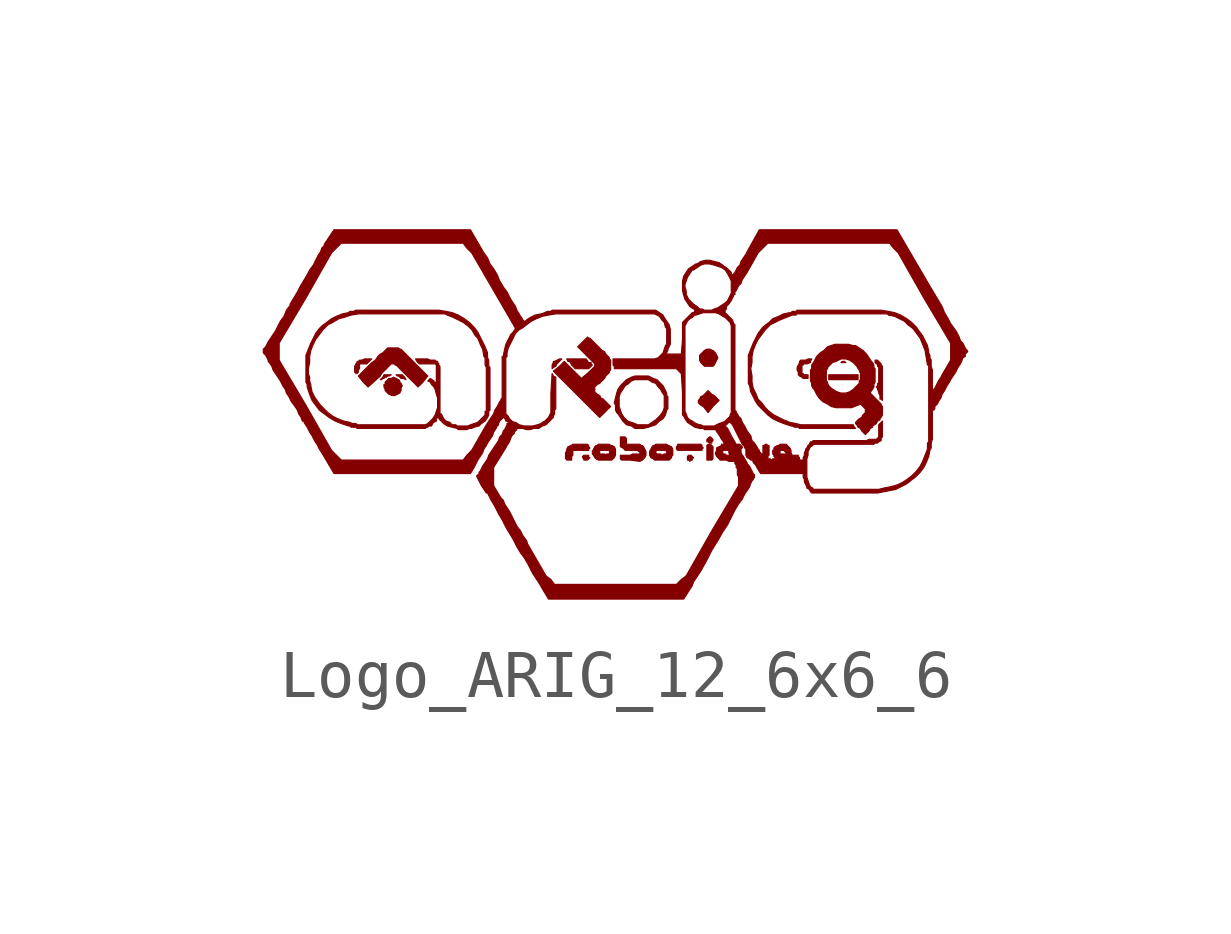
<source format=kicad_sym>
(kicad_symbol_lib
  (version 20211014)
  (generator kicad_symbol_editor)
  (symbol "Logo_ARIG_12_6x6_6"
    (pin_names
      (offset 1.016))
    (property "Reference" "#G"
      (at 0 5.08 0)
      (effects (font (size 1.524 1.524)) hide))
    (symbol "Logo_ARIG_12_6x6_6_0_0"
      (polyline (pts (xy 4.775 1.092) (xy 4.724 1.092) (xy 4.699 1.067) (xy 4.801 1.067) (xy 4.775 1.092)) (stroke (width 0.025) (type default) (color 0 0 0 0)) (fill (type outline)))
      (polyline (pts (xy 5.055 0.813) (xy 4.445 0.813) (xy 4.445 0.711) (xy 5.055 0.711) (xy 5.055 0.813)) (stroke (width 0.025) (type default) (color 0 0 0 0)) (fill (type outline)))
      (polyline (pts (xy 2.032 -0.94) (xy 2.032 -0.686) (xy 1.981 -0.635) (xy 1.93 -0.635) (xy 1.905 -0.66) (xy 1.905 -0.965) (xy 2.007 -0.965) (xy 2.032 -0.94)) (stroke (width 0.025) (type default) (color 0 0 0 0)) (fill (type outline)))
      (polyline (pts (xy -4.394 0.762) (xy -4.445 0.813) (xy -4.572 0.813) (xy -4.547 0.787) (xy -4.521 0.787) (xy -4.47 0.737) (xy -4.42 0.737) (xy -4.369 0.711) (xy -4.394 0.762)) (stroke (width 0.025) (type default) (color 0 0 0 0)) (fill (type outline)))
      (polyline (pts (xy -0.533 -0.914) (xy -0.559 -0.914) (xy -0.559 -0.864) (xy -0.66 -0.864) (xy -0.686 -0.889) (xy -0.686 -0.914) (xy -0.66 -0.94) (xy -0.66 -0.965) (xy -0.584 -0.965) (xy -0.533 -0.914)) (stroke (width 0.025) (type default) (color 0 0 0 0)) (fill (type outline)))
      (polyline (pts (xy -1.295 0.965) (xy -1.245 0.991) (xy -1.219 1.041) (xy -1.118 1.143) (xy -1.168 1.143) (xy -1.27 1.092) (xy -1.295 1.092) (xy -1.295 1.067) (xy -1.321 1.016) (xy -1.321 0.94) (xy -1.295 0.965)) (stroke (width 0.025) (type default) (color 0 0 0 0)) (fill (type outline)))
      (polyline (pts (xy 1.575 -0.965) (xy 1.6 -0.965) (xy 1.6 -0.94) (xy 1.626 -0.914) (xy 1.575 -0.864) (xy 1.524 -0.864) (xy 1.499 -0.889) (xy 1.499 -0.965) (xy 1.524 -0.965) (xy 1.549 -0.991) (xy 1.575 -0.965)) (stroke (width 0.025) (type default) (color 0 0 0 0)) (fill (type outline)))
      (polyline (pts (xy 2.007 -0.584) (xy 2.032 -0.559) (xy 2.032 -0.533) (xy 1.981 -0.483) (xy 1.956 -0.483) (xy 1.905 -0.533) (xy 1.905 -0.584) (xy 1.93 -0.584) (xy 1.956 -0.61) (xy 2.007 -0.61) (xy 2.007 -0.584)) (stroke (width 0.025) (type default) (color 0 0 0 0)) (fill (type outline)))
      (polyline (pts (xy -4.851 0.737) (xy -4.826 0.737) (xy -4.801 0.762) (xy -4.775 0.762) (xy -4.75 0.787) (xy -4.724 0.787) (xy -4.674 0.813) (xy -4.826 0.813) (xy -4.851 0.762) (xy -4.902 0.711) (xy -4.877 0.711) (xy -4.851 0.737)) (stroke (width 0.025) (type default) (color 0 0 0 0)) (fill (type outline)))
      (polyline (pts (xy 1.803 -0.737) (xy 1.829 -0.711) (xy 1.803 -0.686) (xy 1.803 -0.66) (xy 1.778 -0.635) (xy 1.295 -0.635) (xy 1.295 -0.66) (xy 1.27 -0.686) (xy 1.27 -0.737) (xy 1.295 -0.762) (xy 1.803 -0.762) (xy 1.803 -0.737)) (stroke (width 0.025) (type default) (color 0 0 0 0)) (fill (type outline)))
      (polyline (pts (xy -0.483 1.016) (xy -0.508 1.041) (xy -0.508 1.067) (xy -0.559 1.067) (xy -0.61 1.143) (xy -1.016 1.143) (xy -0.991 1.092) (xy -0.965 1.092) (xy -0.94 1.067) (xy -0.914 1.016) (xy -0.838 0.94) (xy -0.559 0.94) (xy -0.483 1.016)) (stroke (width 0.025) (type default) (color 0 0 0 0)) (fill (type outline)))
      (polyline (pts (xy 2.032 0.152) (xy 2.159 0.279) (xy 2.057 0.381) (xy 2.007 0.406) (xy 1.93 0.483) (xy 1.829 0.381) (xy 1.778 0.356) (xy 1.753 0.305) (xy 1.727 0.279) (xy 1.727 0.229) (xy 1.778 0.178) (xy 1.829 0.152) (xy 1.93 0.025) (xy 2.032 0.152)) (stroke (width 0.025) (type default) (color 0 0 0 0)) (fill (type outline)))
      (polyline (pts (xy 2.057 1.016) (xy 2.134 1.168) (xy 2.083 1.27) (xy 2.032 1.321) (xy 2.007 1.321) (xy 1.981 1.346) (xy 1.905 1.346) (xy 1.854 1.321) (xy 1.753 1.219) (xy 1.753 1.118) (xy 1.778 1.067) (xy 1.854 0.991) (xy 2.032 0.991) (xy 2.057 1.016)) (stroke (width 0.025) (type default) (color 0 0 0 0)) (fill (type outline)))
      (polyline (pts (xy -5.385 0.864) (xy -5.359 0.864) (xy -5.359 0.914) (xy -5.334 0.94) (xy -5.334 1.041) (xy -5.182 1.041) (xy -5.08 1.143) (xy -5.232 1.143) (xy -5.283 1.118) (xy -5.334 1.118) (xy -5.359 1.092) (xy -5.385 1.092) (xy -5.385 1.067) (xy -5.41 1.041) (xy -5.436 0.991) (xy -5.436 0.864) (xy -5.41 0.864) (xy -5.41 0.838) (xy -5.385 0.838) (xy -5.385 0.864)) (stroke (width 0.025) (type default) (color 0 0 0 0)) (fill (type outline)))
      (polyline (pts (xy -4.496 0.432) (xy -4.47 0.483) (xy -4.47 0.533) (xy -4.445 0.584) (xy -4.47 0.635) (xy -4.496 0.66) (xy -4.496 0.686) (xy -4.521 0.711) (xy -4.623 0.762) (xy -4.674 0.737) (xy -4.724 0.737) (xy -4.801 0.66) (xy -4.801 0.61) (xy -4.826 0.61) (xy -4.826 0.559) (xy -4.801 0.508) (xy -4.801 0.483) (xy -4.724 0.406) (xy -4.699 0.406) (xy -4.674 0.381) (xy -4.597 0.381) (xy -4.496 0.432)) (stroke (width 0.025) (type default) (color 0 0 0 0)) (fill (type outline)))
      (polyline (pts (xy -4.013 0.66) (xy -3.912 0.787) (xy -4.47 1.346) (xy -4.496 1.346) (xy -4.521 1.372) (xy -4.75 1.372) (xy -4.851 1.27) (xy -4.902 1.245) (xy -4.953 1.194) (xy -5.004 1.118) (xy -5.08 1.067) (xy -5.359 0.787) (xy -5.258 0.66) (xy -5.156 0.559) (xy -4.902 0.787) (xy -4.877 0.838) (xy -4.674 1.041) (xy -4.597 1.041) (xy -4.597 1.016) (xy -4.572 1.016) (xy -4.115 0.559) (xy -4.013 0.66)) (stroke (width 0.025) (type default) (color 0 0 0 0)) (fill (type outline)))
      (polyline (pts (xy -0.914 -0.889) (xy -0.889 -0.864) (xy -0.889 -0.762) (xy -0.559 -0.762) (xy -0.559 -0.737) (xy -0.533 -0.711) (xy -0.559 -0.686) (xy -0.559 -0.66) (xy -0.584 -0.635) (xy -0.889 -0.635) (xy -0.914 -0.66) (xy -0.94 -0.66) (xy -0.965 -0.686) (xy -0.991 -0.686) (xy -1.016 -0.737) (xy -1.016 -0.762) (xy -1.041 -0.813) (xy -1.041 -0.94) (xy -1.016 -0.94) (xy -1.016 -0.965) (xy -0.914 -0.965) (xy -0.914 -0.889)) (stroke (width 0.025) (type default) (color 0 0 0 0)) (fill (type outline)))
      (polyline (pts (xy 5.563 0.991) (xy 5.537 1.016) (xy 5.537 1.041) (xy 5.461 1.118) (xy 5.41 1.118) (xy 5.41 1.067) (xy 5.436 1.041) (xy 5.461 1.041) (xy 5.461 0.991) (xy 5.486 0.965) (xy 5.486 0.635) (xy 5.461 0.635) (xy 5.461 0.584) (xy 5.436 0.559) (xy 5.461 0.533) (xy 5.461 0.508) (xy 5.486 0.457) (xy 5.486 0.432) (xy 5.512 0.381) (xy 5.512 0.305) (xy 5.537 0.305) (xy 5.563 0.279) (xy 5.563 0.991)) (stroke (width 0.025) (type default) (color 0 0 0 0)) (fill (type outline)))
      (polyline (pts (xy 4.013 0.813) (xy 3.912 0.813) (xy 3.912 0.838) (xy 3.886 0.838) (xy 3.886 1.016) (xy 3.912 1.016) (xy 3.912 1.041) (xy 3.988 1.041) (xy 4.064 1.067) (xy 4.064 1.092) (xy 4.089 1.143) (xy 4.013 1.143) (xy 3.962 1.118) (xy 3.861 1.118) (xy 3.835 1.092) (xy 3.835 1.067) (xy 3.785 0.965) (xy 3.785 0.914) (xy 3.81 0.864) (xy 3.81 0.813) (xy 3.835 0.787) (xy 3.886 0.762) (xy 3.912 0.737) (xy 4.013 0.737) (xy 4.013 0.813)) (stroke (width 0.025) (type default) (color 0 0 0 0)) (fill (type outline)))
      (polyline (pts (xy 0.559 -0.965) (xy 0.61 -0.914) (xy 0.635 -0.864) (xy 0.635 -0.787) (xy 0.584 -0.686) (xy 0.559 -0.66) (xy 0.533 -0.66) (xy 0.508 -0.635) (xy 0.229 -0.635) (xy 0.229 -0.508) (xy 0.203 -0.508) (xy 0.203 -0.483) (xy 0.102 -0.483) (xy 0.102 -0.686) (xy 0.152 -0.711) (xy 0.203 -0.762) (xy 0.457 -0.762) (xy 0.483 -0.787) (xy 0.508 -0.787) (xy 0.508 -0.838) (xy 0.356 -0.838) (xy 0.305 -0.864) (xy 0.102 -0.864) (xy 0.102 -0.94) (xy 0.127 -0.965) (xy 0.305 -0.965) (xy 0.508 -0.991) (xy 0.559 -0.965)) (stroke (width 0.025) (type default) (color 0 0 0 0)) (fill (type outline)))
      (polyline (pts (xy -0.025 -0.914) (xy 0 -0.864) (xy 0 -0.737) (xy -0.025 -0.686) (xy -0.076 -0.66) (xy -0.102 -0.66) (xy -0.127 -0.635) (xy -0.356 -0.635) (xy -0.381 -0.66) (xy -0.406 -0.66) (xy -0.432 -0.686) (xy -0.483 -0.787) (xy -0.483 -0.838) (xy -0.33 -0.838) (xy -0.33 -0.762) (xy -0.127 -0.762) (xy -0.127 -0.787) (xy -0.102 -0.813) (xy -0.127 -0.813) (xy -0.127 -0.838) (xy -0.178 -0.838) (xy -0.229 -0.864) (xy -0.229 -0.838) (xy -0.33 -0.838) (xy -0.483 -0.838) (xy -0.457 -0.864) (xy -0.432 -0.914) (xy -0.406 -0.94) (xy -0.356 -0.965) (xy -0.076 -0.965) (xy -0.025 -0.914)) (stroke (width 0.025) (type default) (color 0 0 0 0)) (fill (type outline)))
      (polyline (pts (xy -0.102 0.152) (xy -0.254 0.305) (xy -0.305 0.33) (xy -0.33 0.381) (xy -0.381 0.406) (xy -0.432 0.457) (xy -0.432 0.559) (xy -0.381 0.61) (xy -0.33 0.635) (xy -0.229 0.737) (xy -0.203 0.787) (xy -0.127 0.864) (xy -0.127 0.889) (xy -0.102 0.914) (xy -0.102 1.118) (xy -0.127 1.143) (xy -0.127 1.168) (xy -0.203 1.245) (xy -0.229 1.295) (xy -0.279 1.321) (xy -0.533 1.575) (xy -0.559 1.575) (xy -0.584 1.6) (xy -0.787 1.397) (xy -0.432 1.041) (xy -0.432 0.991) (xy -0.559 0.864) (xy -0.711 0.737) (xy -1.067 1.092) (xy -1.168 0.991) (xy -1.295 0.889) (xy -0.33 -0.076) (xy -0.102 0.152)) (stroke (width 0.025) (type default) (color 0 0 0 0)) (fill (type outline)))
      (polyline (pts (xy 1.168 -0.914) (xy 1.168 -0.889) (xy 1.194 -0.864) (xy 1.194 -0.737) (xy 1.168 -0.686) (xy 1.143 -0.686) (xy 1.118 -0.66) (xy 1.092 -0.66) (xy 1.067 -0.635) (xy 0.838 -0.635) (xy 0.813 -0.66) (xy 0.787 -0.66) (xy 0.762 -0.686) (xy 0.711 -0.787) (xy 0.711 -0.813) (xy 0.838 -0.813) (xy 0.838 -0.787) (xy 0.864 -0.762) (xy 1.041 -0.762) (xy 1.067 -0.787) (xy 1.067 -0.838) (xy 1.016 -0.838) (xy 0.965 -0.864) (xy 0.94 -0.838) (xy 0.864 -0.838) (xy 0.838 -0.813) (xy 0.711 -0.813) (xy 0.711 -0.864) (xy 0.737 -0.914) (xy 0.787 -0.94) (xy 0.813 -0.965) (xy 1.118 -0.965) (xy 1.168 -0.914)) (stroke (width 0.025) (type default) (color 0 0 0 0)) (fill (type outline)))
      (polyline (pts (xy 0.686 -0.279) (xy 0.838 -0.229) (xy 0.914 -0.152) (xy 0.991 -0.102) (xy 1.041 -0.025) (xy 1.067 0.076) (xy 1.092 0.102) (xy 1.092 0.356) (xy 1.067 0.381) (xy 1.067 0.432) (xy 0.991 0.584) (xy 0.864 0.711) (xy 0.787 0.737) (xy 0.686 0.787) (xy 0.406 0.787) (xy 0.33 0.762) (xy 0.229 0.711) (xy 0.102 0.584) (xy 0.051 0.508) (xy 0.025 0.432) (xy -0.025 0.229) (xy 0 0.178) (xy 0 0.152) (xy 0.076 0.152) (xy 0.076 0.356) (xy 0.102 0.432) (xy 0.203 0.584) (xy 0.279 0.635) (xy 0.33 0.686) (xy 0.406 0.711) (xy 0.686 0.711) (xy 0.762 0.66) (xy 0.838 0.635) (xy 0.889 0.559) (xy 0.94 0.508) (xy 0.965 0.457) (xy 1.016 0.381) (xy 1.016 0.127) (xy 0.991 0.051) (xy 0.94 -0.025) (xy 0.838 -0.127) (xy 0.686 -0.229) (xy 0.457 -0.229) (xy 0.406 -0.203) (xy 0.254 -0.152) (xy 0.178 -0.076) (xy 0.127 0) (xy 0.076 0.152) (xy 0 0.152) (xy 0 0.076) (xy 0.025 0.025) (xy 0.051 0) (xy 0.152 -0.152) (xy 0.229 -0.229) (xy 0.33 -0.254) (xy 0.406 -0.305) (xy 0.584 -0.305) (xy 0.686 -0.279)) (stroke (width 0.025) (type default) (color 0 0 0 0)) (fill (type outline)))
      (polyline (pts (xy 5.283 -0.356) (xy 5.309 -0.305) (xy 5.359 -0.279) (xy 5.359 -0.254) (xy 5.436 -0.203) (xy 5.461 -0.152) (xy 5.512 -0.127) (xy 5.512 -0.102) (xy 5.537 -0.076) (xy 5.563 -0.025) (xy 5.563 0.152) (xy 5.537 0.178) (xy 5.537 0.203) (xy 5.309 0.432) (xy 5.334 0.483) (xy 5.359 0.508) (xy 5.385 0.559) (xy 5.385 0.61) (xy 5.41 0.66) (xy 5.41 0.94) (xy 5.385 0.965) (xy 5.385 1.016) (xy 5.359 1.067) (xy 5.334 1.092) (xy 5.232 1.245) (xy 5.156 1.321) (xy 5.004 1.422) (xy 4.953 1.422) (xy 4.851 1.448) (xy 4.572 1.448) (xy 4.42 1.397) (xy 4.343 1.321) (xy 4.267 1.27) (xy 4.191 1.194) (xy 4.14 1.092) (xy 4.089 1.016) (xy 4.089 0.94) (xy 4.064 0.914) (xy 4.064 0.711) (xy 4.064 0.686) (xy 4.394 0.686) (xy 4.394 0.914) (xy 4.42 0.94) (xy 4.42 0.965) (xy 4.521 1.067) (xy 4.597 1.092) (xy 4.699 1.143) (xy 4.801 1.143) (xy 4.877 1.118) (xy 4.953 1.067) (xy 5.029 0.991) (xy 5.055 0.94) (xy 5.08 0.914) (xy 5.105 0.838) (xy 5.105 0.711) (xy 5.08 0.686) (xy 5.08 0.635) (xy 4.953 0.508) (xy 4.877 0.457) (xy 4.801 0.432) (xy 4.699 0.432) (xy 4.623 0.457) (xy 4.572 0.483) (xy 4.496 0.533) (xy 4.445 0.584) (xy 4.42 0.635) (xy 4.42 0.66) (xy 4.394 0.686) (xy 4.064 0.686) (xy 4.089 0.635) (xy 4.089 0.584) (xy 4.115 0.533) (xy 4.14 0.508) (xy 4.191 0.406) (xy 4.242 0.33) (xy 4.318 0.254) (xy 4.42 0.203) (xy 4.496 0.152) (xy 4.597 0.127) (xy 4.928 0.127) (xy 4.978 0.152) (xy 5.055 0.178) (xy 5.105 0.203) (xy 5.207 0.102) (xy 5.207 0.025) (xy 5.156 -0.025) (xy 5.131 -0.076) (xy 5.08 -0.102) (xy 5.004 -0.178) (xy 5.004 -0.203) (xy 5.029 -0.229) (xy 5.055 -0.279) (xy 5.105 -0.305) (xy 5.131 -0.356) (xy 5.207 -0.432) (xy 5.283 -0.356)) (stroke (width 0.025) (type default) (color 0 0 0 0)) (fill (type outline)))
      (polyline (pts (xy -3.048 -0.305) (xy -2.997 -0.305) (xy -2.946 -0.279) (xy -2.845 -0.254) (xy -2.794 -0.203) (xy -2.718 -0.152) (xy -2.667 -0.076) (xy -2.642 -0.025) (xy -2.642 0.051) (xy -2.616 0.076) (xy -2.616 0.965) (xy -2.642 0.991) (xy -2.642 1.118) (xy -2.667 1.168) (xy -2.667 1.27) (xy -2.718 1.397) (xy -2.87 1.702) (xy -2.946 1.803) (xy -3.048 1.905) (xy -3.15 1.981) (xy -3.277 2.057) (xy -3.404 2.108) (xy -3.531 2.134) (xy -3.683 2.159) (xy -5.41 2.159) (xy -5.461 2.134) (xy -5.537 2.134) (xy -5.563 2.108) (xy -5.69 2.083) (xy -5.817 2.032) (xy -5.918 1.981) (xy -6.121 1.829) (xy -6.172 1.778) (xy -6.248 1.676) (xy -6.35 1.473) (xy -6.452 1.219) (xy -6.452 0.838) (xy -6.401 0.838) (xy -6.401 0.94) (xy -6.375 1.067) (xy -6.375 1.194) (xy -6.35 1.321) (xy -6.299 1.448) (xy -6.248 1.549) (xy -6.096 1.753) (xy -5.994 1.854) (xy -5.893 1.905) (xy -5.766 1.981) (xy -5.664 2.007) (xy -5.512 2.057) (xy -5.359 2.083) (xy -3.556 2.083) (xy -3.505 2.057) (xy -3.378 2.007) (xy -3.175 1.905) (xy -3.073 1.829) (xy -2.997 1.753) (xy -2.921 1.626) (xy -2.87 1.575) (xy -2.819 1.448) (xy -2.769 1.346) (xy -2.743 1.194) (xy -2.718 1.168) (xy -2.718 1.016) (xy -2.692 0.965) (xy -2.692 0.051) (xy -2.718 0.051) (xy -2.718 -0.025) (xy -2.87 -0.178) (xy -3.023 -0.229) (xy -3.073 -0.254) (xy -3.302 -0.254) (xy -3.327 -0.229) (xy -3.404 -0.229) (xy -3.454 -0.178) (xy -3.531 -0.152) (xy -3.581 -0.102) (xy -3.632 0) (xy -3.658 0) (xy -3.658 0.991) (xy -3.683 1.016) (xy -3.683 1.041) (xy -3.708 1.067) (xy -3.708 1.092) (xy -3.734 1.092) (xy -3.759 1.118) (xy -3.861 1.118) (xy -3.912 1.143) (xy -4.166 1.143) (xy -4.14 1.092) (xy -4.089 1.041) (xy -3.759 1.041) (xy -3.734 1.016) (xy -3.734 0.635) (xy -3.759 0.66) (xy -3.785 0.66) (xy -3.785 0.686) (xy -3.861 0.737) (xy -3.912 0.686) (xy -3.861 0.66) (xy -3.835 0.61) (xy -3.785 0.559) (xy -3.759 0.508) (xy -3.734 0.406) (xy -3.708 0.33) (xy -3.708 0.127) (xy -3.759 -0.025) (xy -3.81 -0.102) (xy -3.912 -0.203) (xy -3.962 -0.229) (xy -5.385 -0.229) (xy -5.41 -0.203) (xy -5.486 -0.203) (xy -5.537 -0.178) (xy -5.664 -0.152) (xy -5.791 -0.102) (xy -5.893 -0.051) (xy -5.994 0.025) (xy -6.147 0.178) (xy -6.223 0.279) (xy -6.274 0.356) (xy -6.325 0.457) (xy -6.35 0.584) (xy -6.35 0.61) (xy -6.375 0.686) (xy -6.375 0.762) (xy -6.401 0.838) (xy -6.452 0.838) (xy -6.452 0.66) (xy -6.426 0.61) (xy -6.426 0.559) (xy -6.375 0.406) (xy -6.325 0.279) (xy -6.172 0.076) (xy -5.969 -0.076) (xy -5.842 -0.152) (xy -5.715 -0.203) (xy -5.563 -0.254) (xy -5.537 -0.254) (xy -5.512 -0.279) (xy -5.41 -0.279) (xy -5.385 -0.305) (xy -3.962 -0.305) (xy -3.937 -0.279) (xy -3.912 -0.279) (xy -3.886 -0.254) (xy -3.835 -0.254) (xy -3.81 -0.203) (xy -3.785 -0.178) (xy -3.734 -0.152) (xy -3.734 -0.102) (xy -3.708 -0.076) (xy -3.683 -0.076) (xy -3.683 -0.102) (xy -3.581 -0.203) (xy -3.505 -0.254) (xy -3.302 -0.305) (xy -3.277 -0.33) (xy -3.099 -0.33) (xy -3.048 -0.305)) (stroke (width 0.025) (type default) (color 0 0 0 0)) (fill (type outline)))
      (polyline (pts (xy 1.6 -3.581) (xy 1.626 -3.505) (xy 1.778 -3.277) (xy 1.905 -3.048) (xy 2.007 -2.845) (xy 2.134 -2.642) (xy 2.235 -2.464) (xy 2.337 -2.311) (xy 2.489 -2.007) (xy 2.565 -1.88) (xy 2.642 -1.778) (xy 2.692 -1.676) (xy 2.794 -1.524) (xy 2.819 -1.448) (xy 2.845 -1.397) (xy 2.87 -1.372) (xy 2.896 -1.321) (xy 2.896 -1.27) (xy 2.87 -1.245) (xy 2.794 -1.092) (xy 2.743 -1.041) (xy 2.743 -1.016) (xy 2.692 -0.94) (xy 2.667 -0.889) (xy 2.642 -0.864) (xy 2.616 -0.813) (xy 2.616 -0.737) (xy 2.642 -0.711) (xy 2.642 -0.686) (xy 2.591 -0.635) (xy 2.515 -0.635) (xy 2.413 -0.457) (xy 2.337 -0.305) (xy 2.286 -0.254) (xy 2.286 -0.229) (xy 2.311 -0.229) (xy 2.362 -0.178) (xy 2.388 -0.178) (xy 2.438 -0.229) (xy 2.642 -0.635) (xy 2.692 -0.686) (xy 2.692 -0.711) (xy 2.718 -0.737) (xy 2.718 -0.864) (xy 2.743 -0.914) (xy 2.794 -0.94) (xy 2.819 -0.965) (xy 2.845 -0.965) (xy 2.87 -0.991) (xy 2.87 -1.016) (xy 2.921 -1.067) (xy 2.946 -1.118) (xy 3.023 -1.245) (xy 3.912 -1.245) (xy 3.912 -1.321) (xy 3.937 -1.372) (xy 3.937 -1.422) (xy 3.988 -1.524) (xy 3.988 -1.549) (xy 4.039 -1.575) (xy 4.064 -1.626) (xy 4.089 -1.651) (xy 5.461 -1.651) (xy 5.842 -1.575) (xy 6.045 -1.473) (xy 6.121 -1.422) (xy 6.147 -1.397) (xy 6.248 -1.321) (xy 6.35 -1.219) (xy 6.426 -1.118) (xy 6.477 -1.016) (xy 6.528 -0.889) (xy 6.553 -0.762) (xy 6.579 -0.711) (xy 6.579 -0.61) (xy 6.604 -0.533) (xy 6.604 0.076) (xy 6.629 0.076) (xy 6.655 0.102) (xy 6.655 0.152) (xy 6.706 0.203) (xy 6.731 0.254) (xy 6.782 0.33) (xy 6.807 0.406) (xy 6.858 0.483) (xy 6.909 0.584) (xy 6.96 0.66) (xy 6.985 0.711) (xy 7.087 0.864) (xy 7.137 0.965) (xy 7.188 1.041) (xy 7.214 1.092) (xy 7.239 1.168) (xy 7.29 1.194) (xy 7.29 1.245) (xy 7.341 1.295) (xy 7.315 1.346) (xy 7.29 1.346) (xy 7.29 1.372) (xy 7.239 1.473) (xy 7.188 1.524) (xy 7.163 1.6) (xy 7.112 1.702) (xy 7.061 1.778) (xy 6.985 1.88) (xy 6.934 1.981) (xy 6.858 2.108) (xy 6.807 2.235) (xy 6.579 2.616) (xy 5.867 3.835) (xy 2.997 3.835) (xy 2.743 3.378) (xy 2.718 3.327) (xy 2.616 3.175) (xy 2.591 3.099) (xy 2.54 3.048) (xy 2.489 2.946) (xy 2.464 2.921) (xy 2.464 2.896) (xy 2.438 2.896) (xy 2.413 2.921) (xy 2.413 2.946) (xy 2.311 3.048) (xy 2.261 3.073) (xy 2.235 3.099) (xy 2.159 3.15) (xy 1.956 3.2) (xy 1.88 3.2) (xy 1.778 3.175) (xy 1.702 3.124) (xy 1.676 3.124) (xy 1.524 3.023) (xy 1.422 2.87) (xy 1.397 2.769) (xy 1.397 2.642) (xy 1.448 2.642) (xy 1.448 2.692) (xy 1.499 2.845) (xy 1.6 2.997) (xy 1.626 2.997) (xy 1.778 3.099) (xy 1.854 3.124) (xy 1.956 3.124) (xy 2.057 3.099) (xy 2.21 3.048) (xy 2.286 2.997) (xy 2.337 2.921) (xy 2.413 2.769) (xy 2.413 2.515) (xy 2.337 2.362) (xy 2.286 2.311) (xy 2.134 2.21) (xy 2.057 2.184) (xy 2.007 2.159) (xy 1.854 2.159) (xy 1.803 2.184) (xy 1.753 2.184) (xy 1.702 2.235) (xy 1.626 2.286) (xy 1.524 2.388) (xy 1.473 2.489) (xy 1.473 2.565) (xy 1.448 2.642) (xy 1.397 2.642) (xy 1.397 2.565) (xy 1.422 2.464) (xy 1.448 2.388) (xy 1.549 2.235) (xy 1.626 2.184) (xy 1.651 2.184) (xy 1.651 2.134) (xy 1.626 2.108) (xy 1.6 2.108) (xy 1.397 1.905) (xy 1.397 1.549) (xy 1.372 1.245) (xy 1.067 1.245) (xy 1.067 1.27) (xy 1.092 1.321) (xy 1.092 1.346) (xy 1.143 1.448) (xy 1.143 1.753) (xy 1.118 1.854) (xy 1.016 2.007) (xy 0.991 2.057) (xy 0.838 2.159) (xy -1.321 2.159) (xy -1.346 2.134) (xy -1.422 2.134) (xy -1.473 2.108) (xy -1.549 2.083) (xy -1.676 2.057) (xy -1.778 2.007) (xy -1.854 1.956) (xy -1.88 1.93) (xy -1.905 1.93) (xy -1.93 1.956) (xy -1.956 2.007) (xy -1.981 2.032) (xy -2.007 2.083) (xy -2.057 2.159) (xy -2.083 2.235) (xy -2.184 2.388) (xy -2.261 2.54) (xy -2.337 2.642) (xy -2.413 2.769) (xy -2.464 2.896) (xy -2.54 3.023) (xy -2.616 3.124) (xy -2.667 3.251) (xy -2.743 3.353) (xy -3.023 3.835) (xy -5.867 3.835) (xy -6.071 3.531) (xy -6.071 3.505) (xy -6.121 3.454) (xy -6.147 3.378) (xy -6.198 3.302) (xy -6.299 3.099) (xy -6.375 2.997) (xy -6.426 2.896) (xy -6.579 2.642) (xy -6.629 2.54) (xy -6.782 2.286) (xy -6.782 2.261) (xy -6.858 2.159) (xy -6.909 2.032) (xy -6.985 1.93) (xy -7.087 1.727) (xy -7.239 1.499) (xy -7.29 1.397) (xy -7.341 1.346) (xy -7.341 1.27) (xy -7.29 1.219) (xy -7.239 1.118) (xy -7.01 1.118) (xy -7.01 1.473) (xy -6.452 2.413) (xy -5.918 3.353) (xy -5.715 3.556) (xy -3.175 3.556) (xy -3.099 3.454) (xy -2.997 3.353) (xy -2.083 1.778) (xy -2.134 1.702) (xy -2.184 1.651) (xy -2.286 1.448) (xy -2.311 1.346) (xy -2.337 1.219) (xy -2.337 1.194) (xy -2.362 1.194) (xy -2.362 0.33) (xy -2.388 0.305) (xy -2.388 0.279) (xy -2.413 0.254) (xy -2.464 0.152) (xy -2.515 0.076) (xy -2.54 0) (xy -2.692 -0.229) (xy -2.997 -0.762) (xy -3.099 -0.864) (xy -3.175 -0.965) (xy -5.715 -0.965) (xy -5.918 -0.762) (xy -6.452 0.178) (xy -7.01 1.118) (xy -7.239 1.118) (xy -7.239 1.092) (xy -7.214 1.067) (xy -7.163 0.991) (xy -7.137 0.914) (xy -6.985 0.686) (xy -6.934 0.584) (xy -6.883 0.508) (xy -6.858 0.432) (xy -6.807 0.356) (xy -6.756 0.254) (xy -6.68 0.152) (xy -6.629 0.076) (xy -6.604 0) (xy -6.553 -0.076) (xy -6.528 -0.152) (xy -6.502 -0.152) (xy -6.477 -0.203) (xy -6.426 -0.279) (xy -6.375 -0.381) (xy -6.325 -0.457) (xy -6.274 -0.559) (xy -6.223 -0.635) (xy -6.172 -0.737) (xy -6.121 -0.813) (xy -5.867 -1.245) (xy -3.023 -1.245) (xy -2.946 -1.118) (xy -2.87 -0.965) (xy -2.769 -0.813) (xy -2.743 -0.737) (xy -2.692 -0.66) (xy -2.667 -0.61) (xy -2.565 -0.457) (xy -2.54 -0.381) (xy -2.489 -0.305) (xy -2.464 -0.254) (xy -2.438 -0.229) (xy -2.438 -0.203) (xy -2.413 -0.152) (xy -2.337 -0.076) (xy -2.311 -0.076) (xy -2.311 -0.102) (xy -2.286 -0.127) (xy -2.286 -0.152) (xy -2.261 -0.152) (xy -2.235 -0.178) (xy -2.235 -0.203) (xy -2.261 -0.203) (xy -2.261 -0.229) (xy -2.311 -0.33) (xy -2.337 -0.356) (xy -2.362 -0.432) (xy -2.413 -0.483) (xy -2.438 -0.559) (xy -2.642 -0.864) (xy -2.667 -0.94) (xy -2.769 -1.092) (xy -2.819 -1.194) (xy -2.845 -1.219) (xy -2.845 -1.27) (xy -2.87 -1.27) (xy -2.896 -1.295) (xy -2.794 -1.499) (xy -2.54 -1.499) (xy -2.54 -1.118) (xy -2.286 -0.711) (xy -2.261 -0.66) (xy -2.21 -0.584) (xy -2.184 -0.508) (xy -2.159 -0.457) (xy -2.108 -0.406) (xy -2.108 -0.381) (xy -2.057 -0.33) (xy -2.057 -0.305) (xy -1.93 -0.305) (xy -1.854 -0.33) (xy -1.778 -0.33) (xy -1.702 -0.305) (xy -1.6 -0.305) (xy -1.524 -0.254) (xy -1.448 -0.229) (xy -1.295 -0.076) (xy -1.295 -0.051) (xy -1.27 0) (xy -1.27 0.076) (xy -1.245 0.102) (xy -1.245 0.762) (xy -1.295 0.787) (xy -1.321 0.838) (xy -1.346 0.432) (xy -1.346 0.025) (xy -1.397 -0.076) (xy -1.473 -0.152) (xy -1.524 -0.178) (xy -1.549 -0.203) (xy -1.626 -0.229) (xy -1.727 -0.254) (xy -1.905 -0.254) (xy -2.007 -0.229) (xy -2.083 -0.178) (xy -2.108 -0.178) (xy -2.159 -0.152) (xy -2.21 -0.102) (xy -2.235 -0.051) (xy -2.286 0) (xy -2.286 1.168) (xy -2.261 1.194) (xy -2.261 1.27) (xy -2.235 1.372) (xy -2.083 1.676) (xy -2.007 1.753) (xy -1.956 1.778) (xy -1.753 1.93) (xy -1.651 1.981) (xy -1.524 2.032) (xy -1.397 2.057) (xy -1.245 2.083) (xy 0.813 2.083) (xy 0.914 2.032) (xy 0.965 1.956) (xy 1.016 1.905) (xy 1.041 1.803) (xy 1.067 1.778) (xy 1.067 1.448) (xy 1.041 1.422) (xy 0.991 1.27) (xy 0.889 1.168) (xy 0.813 1.143) (xy -0.051 1.143) (xy -0.051 1.016) (xy -0.025 0.991) (xy -0.025 0.94) (xy 1.27 0.94) (xy 1.372 0.838) (xy 1.397 0.432) (xy 1.397 0.051) (xy 1.448 0.051) (xy 1.448 1.829) (xy 1.499 1.93) (xy 1.549 1.981) (xy 1.6 2.007) (xy 1.651 2.057) (xy 1.676 2.057) (xy 1.829 2.108) (xy 2.083 2.108) (xy 2.261 2.108) (xy 2.286 2.134) (xy 2.286 2.159) (xy 2.311 2.184) (xy 2.311 2.235) (xy 2.362 2.286) (xy 2.413 2.362) (xy 2.464 2.464) (xy 2.464 2.489) (xy 2.489 2.489) (xy 2.489 2.54) (xy 2.515 2.565) (xy 2.565 2.667) (xy 2.616 2.718) (xy 2.642 2.794) (xy 2.743 2.946) (xy 2.972 3.353) (xy 3.175 3.556) (xy 5.715 3.556) (xy 5.791 3.454) (xy 5.893 3.353) (xy 6.426 2.413) (xy 6.985 1.473) (xy 6.985 1.118) (xy 6.807 0.813) (xy 6.782 0.762) (xy 6.731 0.686) (xy 6.655 0.533) (xy 6.604 0.483) (xy 6.604 0.914) (xy 6.579 0.991) (xy 6.579 1.118) (xy 6.553 1.168) (xy 6.553 1.219) (xy 6.528 1.27) (xy 6.528 1.295) (xy 6.502 1.422) (xy 6.401 1.626) (xy 6.325 1.727) (xy 6.274 1.803) (xy 6.172 1.905) (xy 6.071 1.981) (xy 5.944 2.057) (xy 5.817 2.108) (xy 5.69 2.134) (xy 5.537 2.159) (xy 3.785 2.159) (xy 3.759 2.134) (xy 3.683 2.134) (xy 3.658 2.108) (xy 3.632 2.108) (xy 3.505 2.083) (xy 3.404 2.032) (xy 3.277 1.981) (xy 3.2 1.905) (xy 3.099 1.829) (xy 3.048 1.778) (xy 2.972 1.676) (xy 2.87 1.473) (xy 2.769 1.219) (xy 2.769 0.635) (xy 2.794 0.584) (xy 2.819 0.457) (xy 2.921 0.254) (xy 2.972 0.178) (xy 3.175 -0.025) (xy 3.277 -0.102) (xy 3.378 -0.152) (xy 3.505 -0.203) (xy 3.658 -0.254) (xy 3.683 -0.254) (xy 3.734 -0.279) (xy 3.81 -0.279) (xy 3.835 -0.305) (xy 5.004 -0.305) (xy 4.978 -0.279) (xy 4.953 -0.229) (xy 3.861 -0.229) (xy 3.759 -0.203) (xy 3.632 -0.178) (xy 3.505 -0.127) (xy 3.302 -0.025) (xy 3.2 0.051) (xy 3.124 0.127) (xy 3.048 0.229) (xy 2.972 0.305) (xy 2.921 0.432) (xy 2.87 0.533) (xy 2.845 0.66) (xy 2.845 0.787) (xy 2.819 0.94) (xy 2.845 1.067) (xy 2.845 1.194) (xy 2.87 1.321) (xy 2.921 1.448) (xy 2.972 1.549) (xy 3.124 1.753) (xy 3.226 1.854) (xy 3.429 1.956) (xy 3.683 2.057) (xy 3.759 2.057) (xy 3.785 2.083) (xy 5.664 2.083) (xy 5.69 2.057) (xy 5.817 2.032) (xy 6.02 1.93) (xy 6.096 1.854) (xy 6.198 1.778) (xy 6.35 1.575) (xy 6.452 1.321) (xy 6.502 1.016) (xy 6.528 1.016) (xy 6.528 -0.584) (xy 6.502 -0.61) (xy 6.502 -0.737) (xy 6.401 -0.991) (xy 6.35 -1.092) (xy 6.274 -1.194) (xy 6.172 -1.295) (xy 6.071 -1.372) (xy 5.994 -1.422) (xy 5.893 -1.473) (xy 5.817 -1.499) (xy 5.715 -1.524) (xy 5.588 -1.549) (xy 5.486 -1.575) (xy 4.115 -1.575) (xy 4.115 -1.549) (xy 4.064 -1.524) (xy 4.039 -1.473) (xy 3.988 -1.321) (xy 3.988 -0.94) (xy 4.013 -0.864) (xy 4.013 -0.787) (xy 4.064 -0.686) (xy 4.115 -0.66) (xy 4.115 -0.635) (xy 5.385 -0.635) (xy 5.41 -0.61) (xy 5.461 -0.61) (xy 5.486 -0.584) (xy 5.537 -0.559) (xy 5.537 -0.508) (xy 5.563 -0.483) (xy 5.563 -0.152) (xy 5.486 -0.229) (xy 5.486 -0.483) (xy 5.436 -0.533) (xy 5.283 -0.533) (xy 5.232 -0.559) (xy 4.115 -0.559) (xy 4.115 -0.584) (xy 4.064 -0.584) (xy 4.039 -0.635) (xy 4.013 -0.66) (xy 3.988 -0.711) (xy 3.962 -0.737) (xy 3.962 -0.762) (xy 3.937 -0.813) (xy 3.937 -0.864) (xy 3.912 -0.914) (xy 3.912 -0.965) (xy 3.835 -0.965) (xy 3.835 -0.914) (xy 3.81 -0.889) (xy 3.81 -0.864) (xy 3.683 -0.864) (xy 3.658 -0.813) (xy 3.658 -0.762) (xy 3.632 -0.711) (xy 3.556 -0.635) (xy 3.429 -0.635) (xy 3.404 -0.66) (xy 3.378 -0.66) (xy 3.327 -0.686) (xy 3.302 -0.711) (xy 3.302 -0.762) (xy 3.277 -0.762) (xy 3.277 -0.813) (xy 3.277 -0.838) (xy 3.429 -0.838) (xy 3.429 -0.762) (xy 3.505 -0.762) (xy 3.556 -0.813) (xy 3.556 -0.838) (xy 3.429 -0.838) (xy 3.277 -0.838) (xy 3.302 -0.864) (xy 3.302 -0.889) (xy 3.327 -0.914) (xy 3.327 -0.94) (xy 3.277 -0.94) (xy 3.251 -0.965) (xy 3.226 -0.94) (xy 3.175 -0.94) (xy 3.175 -0.889) (xy 3.2 -0.864) (xy 3.2 -0.66) (xy 3.175 -0.66) (xy 3.15 -0.635) (xy 3.124 -0.635) (xy 3.099 -0.66) (xy 3.073 -0.66) (xy 3.073 -0.838) (xy 3.048 -0.838) (xy 2.997 -0.787) (xy 2.997 -0.762) (xy 2.972 -0.737) (xy 2.946 -0.686) (xy 2.896 -0.61) (xy 2.845 -0.559) (xy 2.819 -0.457) (xy 2.743 -0.356) (xy 2.692 -0.254) (xy 2.642 -0.178) (xy 2.616 -0.102) (xy 2.565 -0.051) (xy 2.54 0) (xy 2.515 0.025) (xy 2.515 0.051) (xy 2.489 0.076) (xy 2.489 1.854) (xy 2.464 1.88) (xy 2.438 1.956) (xy 2.286 2.108) (xy 2.261 2.108) (xy 2.083 2.108) (xy 2.159 2.083) (xy 2.235 2.032) (xy 2.286 2.007) (xy 2.388 1.905) (xy 2.413 1.829) (xy 2.413 0.025) (xy 2.388 -0.025) (xy 2.388 -0.051) (xy 2.286 -0.152) (xy 2.235 -0.178) (xy 2.159 -0.203) (xy 2.057 -0.254) (xy 1.829 -0.254) (xy 1.778 -0.229) (xy 1.753 -0.229) (xy 1.676 -0.203) (xy 1.6 -0.152) (xy 1.549 -0.127) (xy 1.499 -0.076) (xy 1.473 0) (xy 1.448 0.051) (xy 1.397 0.051) (xy 1.397 -0.025) (xy 1.422 -0.051) (xy 1.448 -0.102) (xy 1.499 -0.178) (xy 1.651 -0.279) (xy 1.753 -0.305) (xy 1.829 -0.305) (xy 1.854 -0.33) (xy 2.083 -0.33) (xy 2.184 -0.483) (xy 2.21 -0.533) (xy 2.235 -0.559) (xy 2.261 -0.61) (xy 2.261 -0.635) (xy 2.21 -0.635) (xy 2.21 -0.66) (xy 2.108 -0.711) (xy 2.108 -0.762) (xy 2.083 -0.813) (xy 2.083 -0.838) (xy 2.235 -0.838) (xy 2.235 -0.762) (xy 2.362 -0.762) (xy 2.362 -0.813) (xy 2.388 -0.864) (xy 2.311 -0.864) (xy 2.286 -0.838) (xy 2.235 -0.838) (xy 2.083 -0.838) (xy 2.108 -0.889) (xy 2.184 -0.965) (xy 2.311 -0.965) (xy 2.362 -0.991) (xy 2.489 -0.991) (xy 2.489 -1.041) (xy 2.515 -1.067) (xy 2.515 -1.118) (xy 2.54 -1.143) (xy 2.54 -1.27) (xy 2.565 -1.321) (xy 2.565 -1.499) (xy 2.007 -2.438) (xy 1.473 -3.378) (xy 1.372 -3.454) (xy 1.27 -3.556) (xy -1.27 -3.556) (xy -1.346 -3.454) (xy -1.448 -3.378) (xy -1.829 -2.718) (xy -1.854 -2.642) (xy -1.93 -2.54) (xy -1.981 -2.438) (xy -2.057 -2.337) (xy -2.21 -2.032) (xy -2.311 -1.88) (xy -2.337 -1.803) (xy -2.388 -1.753) (xy -2.54 -1.499) (xy -2.794 -1.499) (xy -2.692 -1.651) (xy -2.667 -1.651) (xy -2.591 -1.803) (xy -2.515 -1.93) (xy -2.438 -2.083) (xy -2.362 -2.21) (xy -2.286 -2.362) (xy -2.134 -2.616) (xy -2.057 -2.769) (xy -1.981 -2.896) (xy -1.905 -2.997) (xy -1.829 -3.124) (xy -1.727 -3.327) (xy -1.575 -3.556) (xy -1.549 -3.607) (xy -1.397 -3.861) (xy 1.422 -3.861) (xy 1.6 -3.581)) (stroke (width 0.025) (type default) (color 0 0 0 0)) (fill (type outline))))))
</source>
